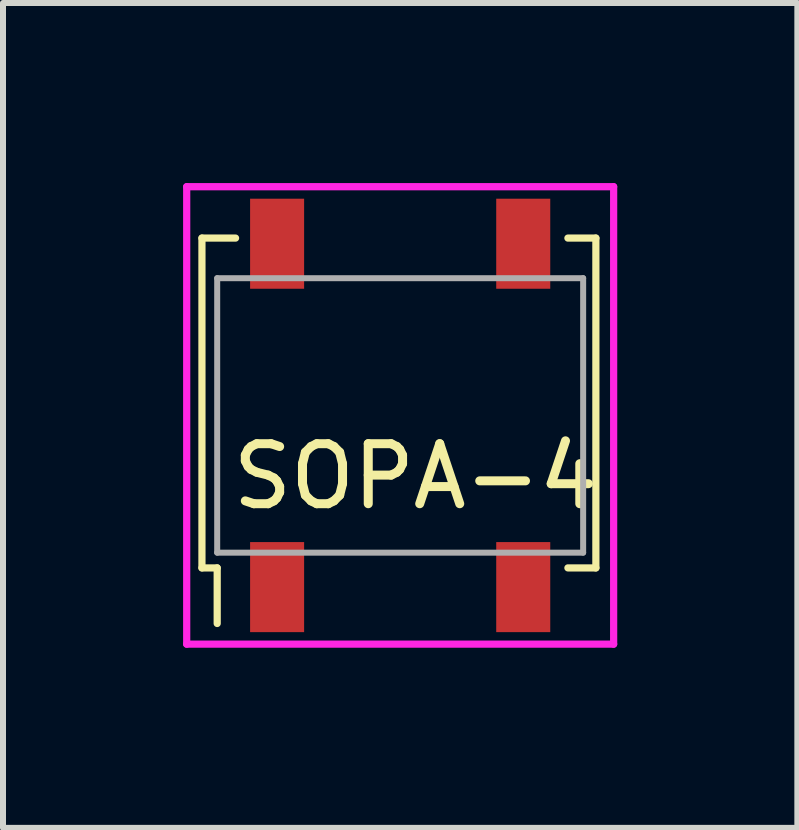
<source format=kicad_pcb>
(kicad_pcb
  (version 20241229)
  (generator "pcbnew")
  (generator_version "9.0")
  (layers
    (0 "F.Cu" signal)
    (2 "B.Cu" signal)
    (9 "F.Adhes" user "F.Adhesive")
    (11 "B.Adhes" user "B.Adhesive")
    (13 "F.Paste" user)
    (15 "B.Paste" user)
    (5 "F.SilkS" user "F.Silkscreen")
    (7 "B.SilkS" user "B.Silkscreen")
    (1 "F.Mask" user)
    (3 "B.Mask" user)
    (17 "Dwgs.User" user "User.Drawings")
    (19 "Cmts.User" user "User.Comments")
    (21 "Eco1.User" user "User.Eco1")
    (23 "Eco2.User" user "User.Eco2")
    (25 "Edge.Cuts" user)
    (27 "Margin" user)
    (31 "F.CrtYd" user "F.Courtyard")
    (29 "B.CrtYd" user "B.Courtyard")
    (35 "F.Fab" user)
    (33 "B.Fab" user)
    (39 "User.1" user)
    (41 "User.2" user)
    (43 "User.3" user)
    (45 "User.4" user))
  (footprint "SOPA-4"
    (layer "F.Cu")
    (at 3.616 3.87)
    (property "Reference" "SOPA-4" (at 0.254 1.016 0) (layer "F.SilkS") (effects (font (size 1 1) (thickness 0.15))))
    (attr through_hole)
    (fp_line (start -3.302 -2.954) (end -3.302 2.54) (stroke (width 0.12) (type solid)) (layer "F.SilkS"))
    (fp_line (start -3.302 2.54) (end -3.048 2.54) (stroke (width 0.12) (type solid)) (layer "F.SilkS"))
    (fp_line (start -3.048 2.54) (end -3.048 3.466) (stroke (width 0.12) (type solid)) (layer "F.SilkS"))
    (fp_line (start -2.742 -2.954) (end -3.302 -2.954) (stroke (width 0.12) (type solid)) (layer "F.SilkS"))
    (fp_line (start 3.26 -2.954) (end 2.794 -2.954) (stroke (width 0.12) (type solid)) (layer "F.SilkS"))
    (fp_line (start 3.26 2.54) (end 2.794 2.54) (stroke (width 0.12) (type solid)) (layer "F.SilkS"))
    (fp_line (start 3.26 2.54) (end 3.26 -2.954) (stroke (width 0.12) (type solid)) (layer "F.SilkS"))
    (fp_line (start -3.556 -3.81) (end -3.556 3.81) (stroke (width 0.12) (type solid)) (layer "F.CrtYd"))
    (fp_line (start -3.556 3.81) (end 3.556 3.81) (stroke (width 0.12) (type solid)) (layer "F.CrtYd"))
    (fp_line (start 3.556 -3.81) (end -3.556 -3.81) (stroke (width 0.12) (type solid)) (layer "F.CrtYd"))
    (fp_line (start 3.556 3.81) (end 3.556 -3.81) (stroke (width 0.12) (type solid)) (layer "F.CrtYd"))
    (fp_line (start -3.048 -2.286) (end 3.048 -2.286) (stroke (width 0.1) (type solid)) (layer "F.Fab"))
    (fp_line (start -3.048 2.286) (end -3.048 -2.286) (stroke (width 0.1) (type solid)) (layer "F.Fab"))
    (fp_line (start -3.048 2.286) (end 3.048 2.286) (stroke (width 0.1) (type solid)) (layer "F.Fab"))
    (fp_line (start 3.048 -2.286) (end 3.048 2.286) (stroke (width 0.1) (type solid)) (layer "F.Fab"))
    (pad "1" smd rect (at -2.05 2.86) (size 0.9 1.5) (layers "F.Cu" "F.Mask" "F.Paste"))
    (pad "2" smd rect (at 2.05 2.86) (size 0.9 1.5) (layers "F.Cu" "F.Mask" "F.Paste"))
    (pad "3" smd rect (at 2.05 -2.86) (size 0.9 1.5) (layers "F.Cu" "F.Mask" "F.Paste"))
    (pad "4" smd rect (at -2.05 -2.86) (size 0.9 1.5) (layers "F.Cu" "F.Mask" "F.Paste")))
  (gr_rect
    (start -3 -3)
    (end 10.232 10.74)
    (stroke (width 0.1) (type default))
    (fill no)
    (layer "Edge.Cuts")))
</source>
